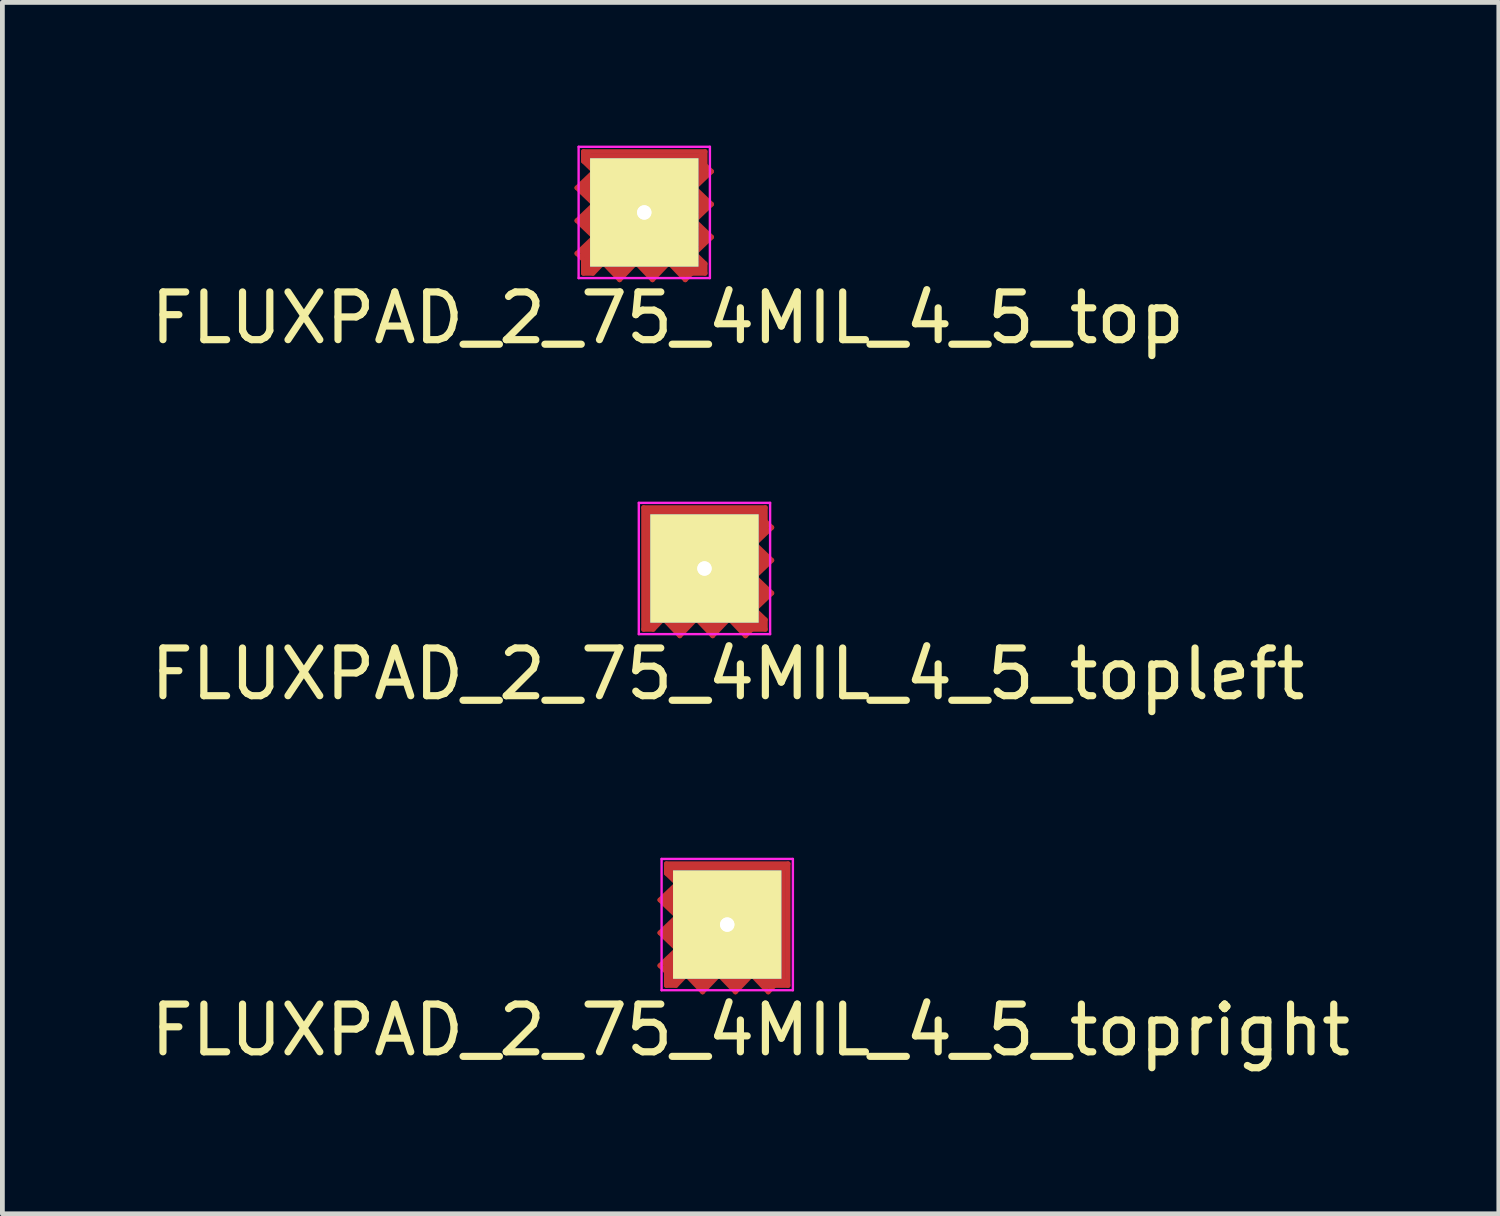
<source format=kicad_pcb>
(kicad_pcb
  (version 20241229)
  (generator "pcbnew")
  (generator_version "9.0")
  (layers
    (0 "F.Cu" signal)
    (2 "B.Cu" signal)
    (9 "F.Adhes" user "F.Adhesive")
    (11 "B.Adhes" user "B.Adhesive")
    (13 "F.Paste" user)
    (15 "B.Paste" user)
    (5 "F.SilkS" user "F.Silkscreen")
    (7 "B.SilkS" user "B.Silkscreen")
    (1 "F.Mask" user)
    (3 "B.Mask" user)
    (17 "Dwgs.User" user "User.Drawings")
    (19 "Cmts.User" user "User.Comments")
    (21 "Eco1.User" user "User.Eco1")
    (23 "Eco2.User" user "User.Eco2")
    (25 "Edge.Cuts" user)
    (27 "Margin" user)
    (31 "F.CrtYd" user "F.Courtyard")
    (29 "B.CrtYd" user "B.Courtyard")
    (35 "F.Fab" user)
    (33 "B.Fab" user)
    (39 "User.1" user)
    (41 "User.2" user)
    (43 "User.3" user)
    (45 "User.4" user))
  (footprint "FLUXPAD_2_75_4MIL_4_5_top"
    (layer "F.Cu")
    (at 10.445 1.4)
    (property "Reference" "FLUXPAD_2_75_4MIL_4_5_top" (at 0.49 2.21 0) (layer "F.SilkS") (effects (font (size 1 1) (thickness 0.15))))
    (attr through_hole)
    (fp_line (start -1.411 -0.516) (end -1.051 -0.859) (stroke (width 0.1) (type solid)) (layer "F.Cu"))
    (fp_line (start -1.411 0.172) (end -1.051 -0.172) (stroke (width 0.1) (type solid)) (layer "F.Cu"))
    (fp_line (start -1.411 0.859) (end -1.275 0.989) (stroke (width 0.1) (type solid)) (layer "F.Cu"))
    (fp_line (start -1.411 0.859) (end -1.051 0.516) (stroke (width 0.1) (type solid)) (layer "F.Cu"))
    (fp_line (start -1.3 -0.52) (end -1.17 -0.64) (stroke (width 0.15) (type solid)) (layer "F.Cu"))
    (fp_line (start -1.29 0.17) (end -1.16 0.05) (stroke (width 0.15) (type solid)) (layer "F.Cu"))
    (fp_line (start -1.275 -1.275) (end -1.275 -1.074) (stroke (width 0.1) (type solid)) (layer "F.Cu"))
    (fp_line (start -1.275 -1.074) (end -1.051 -0.859) (stroke (width 0.1) (type solid)) (layer "F.Cu"))
    (fp_line (start -1.275 0.989) (end -1.275 1.275) (stroke (width 0.1) (type solid)) (layer "F.Cu"))
    (fp_line (start -1.275 1.275) (end -1.074 1.275) (stroke (width 0.1) (type solid)) (layer "F.Cu"))
    (fp_line (start -1.25 -1.18) (end 1.25 -1.18) (stroke (width 0.1) (type solid)) (layer "F.Cu"))
    (fp_line (start -1.18 1.17) (end -1.17 0.72) (stroke (width 0.15) (type solid)) (layer "F.Cu"))
    (fp_line (start -1.17 -1.07) (end -1.17 -1.18) (stroke (width 0.15) (type solid)) (layer "F.Cu"))
    (fp_line (start -1.17 -0.64) (end -1.17 -0.39) (stroke (width 0.15) (type solid)) (layer "F.Cu"))
    (fp_line (start -1.17 -0.39) (end -1.3 -0.52) (stroke (width 0.15) (type solid)) (layer "F.Cu"))
    (fp_line (start -1.17 0.72) (end -1.27 0.88) (stroke (width 0.15) (type solid)) (layer "F.Cu"))
    (fp_line (start -1.16 0.05) (end -1.16 0.3) (stroke (width 0.15) (type solid)) (layer "F.Cu"))
    (fp_line (start -1.16 0.3) (end -1.29 0.17) (stroke (width 0.15) (type solid)) (layer "F.Cu"))
    (fp_line (start -1.074 1.275) (end -0.859 1.051) (stroke (width 0.1) (type solid)) (layer "F.Cu"))
    (fp_line (start -1.07 1.17) (end -1.18 1.17) (stroke (width 0.15) (type solid)) (layer "F.Cu"))
    (fp_line (start -1.051 -0.172) (end -1.411 -0.516) (stroke (width 0.1) (type solid)) (layer "F.Cu"))
    (fp_line (start -1.051 0.516) (end -1.411 0.172) (stroke (width 0.1) (type solid)) (layer "F.Cu"))
    (fp_line (start -0.64 1.17) (end -0.39 1.17) (stroke (width 0.15) (type solid)) (layer "F.Cu"))
    (fp_line (start -0.52 1.3) (end -0.64 1.17) (stroke (width 0.15) (type solid)) (layer "F.Cu"))
    (fp_line (start -0.516 1.411) (end -0.859 1.051) (stroke (width 0.1) (type solid)) (layer "F.Cu"))
    (fp_line (start -0.39 1.17) (end -0.52 1.3) (stroke (width 0.15) (type solid)) (layer "F.Cu"))
    (fp_line (start -0.172 1.051) (end -0.516 1.411) (stroke (width 0.1) (type solid)) (layer "F.Cu"))
    (fp_line (start 0.05 1.16) (end 0.3 1.16) (stroke (width 0.15) (type solid)) (layer "F.Cu"))
    (fp_line (start 0.17 1.29) (end 0.05 1.16) (stroke (width 0.15) (type solid)) (layer "F.Cu"))
    (fp_line (start 0.172 1.411) (end -0.172 1.051) (stroke (width 0.1) (type solid)) (layer "F.Cu"))
    (fp_line (start 0.3 1.16) (end 0.17 1.29) (stroke (width 0.15) (type solid)) (layer "F.Cu"))
    (fp_line (start 0.516 1.051) (end 0.172 1.411) (stroke (width 0.1) (type solid)) (layer "F.Cu"))
    (fp_line (start 0.72 1.17) (end 0.88 1.27) (stroke (width 0.15) (type solid)) (layer "F.Cu"))
    (fp_line (start 0.859 1.411) (end 0.989 1.275) (stroke (width 0.1) (type solid)) (layer "F.Cu"))
    (fp_line (start 0.859 1.411) (end 0.516 1.051) (stroke (width 0.1) (type solid)) (layer "F.Cu"))
    (fp_line (start 0.989 1.275) (end 1.275 1.275) (stroke (width 0.1) (type solid)) (layer "F.Cu"))
    (fp_line (start 1.051 -0.516) (end 1.411 -0.172) (stroke (width 0.1) (type solid)) (layer "F.Cu"))
    (fp_line (start 1.051 0.172) (end 1.411 0.516) (stroke (width 0.1) (type solid)) (layer "F.Cu"))
    (fp_line (start 1.16 -0.3) (end 1.29 -0.17) (stroke (width 0.15) (type solid)) (layer "F.Cu"))
    (fp_line (start 1.16 -0.05) (end 1.16 -0.3) (stroke (width 0.15) (type solid)) (layer "F.Cu"))
    (fp_line (start 1.17 -0.72) (end 1.27 -0.88) (stroke (width 0.15) (type solid)) (layer "F.Cu"))
    (fp_line (start 1.17 0.39) (end 1.3 0.52) (stroke (width 0.15) (type solid)) (layer "F.Cu"))
    (fp_line (start 1.17 0.64) (end 1.17 0.39) (stroke (width 0.15) (type solid)) (layer "F.Cu"))
    (fp_line (start 1.17 1.07) (end 1.17 1.18) (stroke (width 0.15) (type solid)) (layer "F.Cu"))
    (fp_line (start 1.17 1.18) (end 0.72 1.17) (stroke (width 0.15) (type solid)) (layer "F.Cu"))
    (fp_line (start 1.18 -1.17) (end 1.17 -0.72) (stroke (width 0.15) (type solid)) (layer "F.Cu"))
    (fp_line (start 1.275 -1.275) (end -1.275 -1.275) (stroke (width 0.1) (type solid)) (layer "F.Cu"))
    (fp_line (start 1.275 -0.989) (end 1.275 -1.275) (stroke (width 0.1) (type solid)) (layer "F.Cu"))
    (fp_line (start 1.275 1.074) (end 1.051 0.859) (stroke (width 0.1) (type solid)) (layer "F.Cu"))
    (fp_line (start 1.275 1.275) (end 1.275 1.074) (stroke (width 0.1) (type solid)) (layer "F.Cu"))
    (fp_line (start 1.29 -0.17) (end 1.16 -0.05) (stroke (width 0.15) (type solid)) (layer "F.Cu"))
    (fp_line (start 1.3 0.52) (end 1.17 0.64) (stroke (width 0.15) (type solid)) (layer "F.Cu"))
    (fp_line (start 1.411 -0.859) (end 1.051 -0.516) (stroke (width 0.1) (type solid)) (layer "F.Cu"))
    (fp_line (start 1.411 -0.859) (end 1.275 -0.989) (stroke (width 0.1) (type solid)) (layer "F.Cu"))
    (fp_line (start 1.411 -0.172) (end 1.051 0.172) (stroke (width 0.1) (type solid)) (layer "F.Cu"))
    (fp_line (start 1.411 0.516) (end 1.051 0.859) (stroke (width 0.1) (type solid)) (layer "F.Cu"))
    (fp_line (start -1.375 -1.375) (end -1.375 1.375) (stroke (width 0.05) (type solid)) (layer "F.CrtYd"))
    (fp_line (start -1.375 -1.375) (end 1.375 -1.375) (stroke (width 0.05) (type solid)) (layer "F.CrtYd"))
    (fp_line (start -1.375 1.375) (end 1.375 1.375) (stroke (width 0.05) (type solid)) (layer "F.CrtYd"))
    (fp_line (start 1.375 -1.375) (end 1.375 1.375) (stroke (width 0.05) (type solid)) (layer "F.CrtYd"))
    (pad "1" thru_hole circle (at 0 0) (size 0.605 0.605) (drill 0.3) (layers "*.Cu" "*.Mask" "F.SilkS"))
    (pad "1" thru_hole rect (at 0 0) (size 2.27 2.27) (drill 0.3) (layers "F.Cu" "F.Mask" "F.SilkS")))
  (footprint "FLUXPAD_2_75_4MIL_4_5_topright"
    (layer "F.Cu")
    (at 12.183 16.317)
    (property "Reference" "FLUXPAD_2_75_4MIL_4_5_topright" (at 0.49 2.21 0) (layer "F.SilkS") (effects (font (size 1 1) (thickness 0.15))))
    (attr through_hole)
    (fp_line (start -1.411 -0.516) (end -1.051 -0.859) (stroke (width 0.1) (type solid)) (layer "F.Cu"))
    (fp_line (start -1.411 0.172) (end -1.051 -0.172) (stroke (width 0.1) (type solid)) (layer "F.Cu"))
    (fp_line (start -1.411 0.859) (end -1.275 0.989) (stroke (width 0.1) (type solid)) (layer "F.Cu"))
    (fp_line (start -1.411 0.859) (end -1.051 0.516) (stroke (width 0.1) (type solid)) (layer "F.Cu"))
    (fp_line (start -1.3 -0.52) (end -1.17 -0.64) (stroke (width 0.15) (type solid)) (layer "F.Cu"))
    (fp_line (start -1.29 0.17) (end -1.16 0.05) (stroke (width 0.15) (type solid)) (layer "F.Cu"))
    (fp_line (start -1.275 -1.275) (end -1.275 -1.074) (stroke (width 0.1) (type solid)) (layer "F.Cu"))
    (fp_line (start -1.275 -1.074) (end -1.051 -0.859) (stroke (width 0.1) (type solid)) (layer "F.Cu"))
    (fp_line (start -1.275 0.989) (end -1.275 1.275) (stroke (width 0.1) (type solid)) (layer "F.Cu"))
    (fp_line (start -1.275 1.275) (end -1.074 1.275) (stroke (width 0.1) (type solid)) (layer "F.Cu"))
    (fp_line (start -1.25 -1.18) (end 1.25 -1.18) (stroke (width 0.1) (type solid)) (layer "F.Cu"))
    (fp_line (start -1.18 1.17) (end -1.17 0.72) (stroke (width 0.15) (type solid)) (layer "F.Cu"))
    (fp_line (start -1.17 -1.07) (end -1.17 -1.18) (stroke (width 0.15) (type solid)) (layer "F.Cu"))
    (fp_line (start -1.17 -0.64) (end -1.17 -0.39) (stroke (width 0.15) (type solid)) (layer "F.Cu"))
    (fp_line (start -1.17 -0.39) (end -1.3 -0.52) (stroke (width 0.15) (type solid)) (layer "F.Cu"))
    (fp_line (start -1.17 0.72) (end -1.27 0.88) (stroke (width 0.15) (type solid)) (layer "F.Cu"))
    (fp_line (start -1.16 0.05) (end -1.16 0.3) (stroke (width 0.15) (type solid)) (layer "F.Cu"))
    (fp_line (start -1.16 0.3) (end -1.29 0.17) (stroke (width 0.15) (type solid)) (layer "F.Cu"))
    (fp_line (start -1.074 1.275) (end -0.859 1.051) (stroke (width 0.1) (type solid)) (layer "F.Cu"))
    (fp_line (start -1.07 1.17) (end -1.18 1.17) (stroke (width 0.15) (type solid)) (layer "F.Cu"))
    (fp_line (start -1.051 -0.172) (end -1.411 -0.516) (stroke (width 0.1) (type solid)) (layer "F.Cu"))
    (fp_line (start -1.051 0.516) (end -1.411 0.172) (stroke (width 0.1) (type solid)) (layer "F.Cu"))
    (fp_line (start -0.64 1.17) (end -0.39 1.17) (stroke (width 0.15) (type solid)) (layer "F.Cu"))
    (fp_line (start -0.52 1.3) (end -0.64 1.17) (stroke (width 0.15) (type solid)) (layer "F.Cu"))
    (fp_line (start -0.516 1.411) (end -0.859 1.051) (stroke (width 0.1) (type solid)) (layer "F.Cu"))
    (fp_line (start -0.39 1.17) (end -0.52 1.3) (stroke (width 0.15) (type solid)) (layer "F.Cu"))
    (fp_line (start -0.172 1.051) (end -0.516 1.411) (stroke (width 0.1) (type solid)) (layer "F.Cu"))
    (fp_line (start 0.05 1.16) (end 0.3 1.16) (stroke (width 0.15) (type solid)) (layer "F.Cu"))
    (fp_line (start 0.17 1.29) (end 0.05 1.16) (stroke (width 0.15) (type solid)) (layer "F.Cu"))
    (fp_line (start 0.172 1.411) (end -0.172 1.051) (stroke (width 0.1) (type solid)) (layer "F.Cu"))
    (fp_line (start 0.3 1.16) (end 0.17 1.29) (stroke (width 0.15) (type solid)) (layer "F.Cu"))
    (fp_line (start 0.516 1.051) (end 0.172 1.411) (stroke (width 0.1) (type solid)) (layer "F.Cu"))
    (fp_line (start 0.72 1.17) (end 0.88 1.27) (stroke (width 0.15) (type solid)) (layer "F.Cu"))
    (fp_line (start 0.859 1.411) (end 0.989 1.275) (stroke (width 0.1) (type solid)) (layer "F.Cu"))
    (fp_line (start 0.859 1.411) (end 0.516 1.051) (stroke (width 0.1) (type solid)) (layer "F.Cu"))
    (fp_line (start 0.989 1.275) (end 1.275 1.275) (stroke (width 0.1) (type solid)) (layer "F.Cu"))
    (fp_line (start 1.17 1.18) (end 0.72 1.17) (stroke (width 0.15) (type solid)) (layer "F.Cu"))
    (fp_line (start 1.18 1.15) (end 1.18 -1.15) (stroke (width 0.1) (type solid)) (layer "F.Cu"))
    (fp_line (start 1.275 -1.275) (end -1.275 -1.275) (stroke (width 0.1) (type solid)) (layer "F.Cu"))
    (fp_line (start 1.275 1.275) (end 1.275 -1.275) (stroke (width 0.1) (type solid)) (layer "F.Cu"))
    (fp_line (start -1.375 -1.375) (end -1.375 1.375) (stroke (width 0.05) (type solid)) (layer "F.CrtYd"))
    (fp_line (start -1.375 -1.375) (end 1.375 -1.375) (stroke (width 0.05) (type solid)) (layer "F.CrtYd"))
    (fp_line (start -1.375 1.375) (end 1.375 1.375) (stroke (width 0.05) (type solid)) (layer "F.CrtYd"))
    (fp_line (start 1.375 -1.375) (end 1.375 1.375) (stroke (width 0.05) (type solid)) (layer "F.CrtYd"))
    (pad "1" thru_hole circle (at 0 0) (size 0.605 0.605) (drill 0.3) (layers "*.Cu" "*.Mask" "F.SilkS"))
    (pad "1" thru_hole rect (at 0 0) (size 2.27 2.27) (drill 0.3) (layers "F.Cu" "F.Mask" "F.SilkS")))
  (footprint "FLUXPAD_2_75_4MIL_4_5_topleft"
    (layer "F.Cu")
    (at 11.706 8.858)
    (property "Reference" "FLUXPAD_2_75_4MIL_4_5_topleft" (at 0.49 2.21 0) (layer "F.SilkS") (effects (font (size 1 1) (thickness 0.15))))
    (attr through_hole)
    (fp_line (start -1.275 -1.275) (end -1.275 1.275) (stroke (width 0.1) (type solid)) (layer "F.Cu"))
    (fp_line (start -1.275 1.275) (end -1.074 1.275) (stroke (width 0.1) (type solid)) (layer "F.Cu"))
    (fp_line (start -1.25 -1.18) (end 1.25 -1.18) (stroke (width 0.1) (type solid)) (layer "F.Cu"))
    (fp_line (start -1.18 -1.15) (end -1.18 1.15) (stroke (width 0.1) (type solid)) (layer "F.Cu"))
    (fp_line (start -1.074 1.275) (end -0.859 1.051) (stroke (width 0.1) (type solid)) (layer "F.Cu"))
    (fp_line (start -1.07 1.17) (end -1.18 1.17) (stroke (width 0.15) (type solid)) (layer "F.Cu"))
    (fp_line (start -0.64 1.17) (end -0.39 1.17) (stroke (width 0.15) (type solid)) (layer "F.Cu"))
    (fp_line (start -0.52 1.3) (end -0.64 1.17) (stroke (width 0.15) (type solid)) (layer "F.Cu"))
    (fp_line (start -0.516 1.411) (end -0.859 1.051) (stroke (width 0.1) (type solid)) (layer "F.Cu"))
    (fp_line (start -0.39 1.17) (end -0.52 1.3) (stroke (width 0.15) (type solid)) (layer "F.Cu"))
    (fp_line (start -0.172 1.051) (end -0.516 1.411) (stroke (width 0.1) (type solid)) (layer "F.Cu"))
    (fp_line (start 0.05 1.16) (end 0.3 1.16) (stroke (width 0.15) (type solid)) (layer "F.Cu"))
    (fp_line (start 0.17 1.29) (end 0.05 1.16) (stroke (width 0.15) (type solid)) (layer "F.Cu"))
    (fp_line (start 0.172 1.411) (end -0.172 1.051) (stroke (width 0.1) (type solid)) (layer "F.Cu"))
    (fp_line (start 0.3 1.16) (end 0.17 1.29) (stroke (width 0.15) (type solid)) (layer "F.Cu"))
    (fp_line (start 0.516 1.051) (end 0.172 1.411) (stroke (width 0.1) (type solid)) (layer "F.Cu"))
    (fp_line (start 0.72 1.17) (end 0.88 1.27) (stroke (width 0.15) (type solid)) (layer "F.Cu"))
    (fp_line (start 0.859 1.411) (end 0.989 1.275) (stroke (width 0.1) (type solid)) (layer "F.Cu"))
    (fp_line (start 0.859 1.411) (end 0.516 1.051) (stroke (width 0.1) (type solid)) (layer "F.Cu"))
    (fp_line (start 0.989 1.275) (end 1.275 1.275) (stroke (width 0.1) (type solid)) (layer "F.Cu"))
    (fp_line (start 1.051 -0.516) (end 1.411 -0.172) (stroke (width 0.1) (type solid)) (layer "F.Cu"))
    (fp_line (start 1.051 0.172) (end 1.411 0.516) (stroke (width 0.1) (type solid)) (layer "F.Cu"))
    (fp_line (start 1.16 -0.3) (end 1.29 -0.17) (stroke (width 0.15) (type solid)) (layer "F.Cu"))
    (fp_line (start 1.16 -0.05) (end 1.16 -0.3) (stroke (width 0.15) (type solid)) (layer "F.Cu"))
    (fp_line (start 1.17 -0.72) (end 1.27 -0.88) (stroke (width 0.15) (type solid)) (layer "F.Cu"))
    (fp_line (start 1.17 0.39) (end 1.3 0.52) (stroke (width 0.15) (type solid)) (layer "F.Cu"))
    (fp_line (start 1.17 0.64) (end 1.17 0.39) (stroke (width 0.15) (type solid)) (layer "F.Cu"))
    (fp_line (start 1.17 1.07) (end 1.17 1.18) (stroke (width 0.15) (type solid)) (layer "F.Cu"))
    (fp_line (start 1.17 1.18) (end 0.72 1.17) (stroke (width 0.15) (type solid)) (layer "F.Cu"))
    (fp_line (start 1.18 -1.17) (end 1.17 -0.72) (stroke (width 0.15) (type solid)) (layer "F.Cu"))
    (fp_line (start 1.275 -1.275) (end -1.275 -1.275) (stroke (width 0.1) (type solid)) (layer "F.Cu"))
    (fp_line (start 1.275 -0.989) (end 1.275 -1.275) (stroke (width 0.1) (type solid)) (layer "F.Cu"))
    (fp_line (start 1.275 1.074) (end 1.051 0.859) (stroke (width 0.1) (type solid)) (layer "F.Cu"))
    (fp_line (start 1.275 1.275) (end 1.275 1.074) (stroke (width 0.1) (type solid)) (layer "F.Cu"))
    (fp_line (start 1.29 -0.17) (end 1.16 -0.05) (stroke (width 0.15) (type solid)) (layer "F.Cu"))
    (fp_line (start 1.3 0.52) (end 1.17 0.64) (stroke (width 0.15) (type solid)) (layer "F.Cu"))
    (fp_line (start 1.411 -0.859) (end 1.051 -0.516) (stroke (width 0.1) (type solid)) (layer "F.Cu"))
    (fp_line (start 1.411 -0.859) (end 1.275 -0.989) (stroke (width 0.1) (type solid)) (layer "F.Cu"))
    (fp_line (start 1.411 -0.172) (end 1.051 0.172) (stroke (width 0.1) (type solid)) (layer "F.Cu"))
    (fp_line (start 1.411 0.516) (end 1.051 0.859) (stroke (width 0.1) (type solid)) (layer "F.Cu"))
    (fp_line (start -1.375 -1.375) (end -1.375 1.375) (stroke (width 0.05) (type solid)) (layer "F.CrtYd"))
    (fp_line (start -1.375 -1.375) (end 1.375 -1.375) (stroke (width 0.05) (type solid)) (layer "F.CrtYd"))
    (fp_line (start -1.375 1.375) (end 1.375 1.375) (stroke (width 0.05) (type solid)) (layer "F.CrtYd"))
    (fp_line (start 1.375 -1.375) (end 1.375 1.375) (stroke (width 0.05) (type solid)) (layer "F.CrtYd"))
    (pad "1" thru_hole circle (at 0 0) (size 0.605 0.605) (drill 0.3) (layers "*.Cu" "*.Mask" "F.SilkS"))
    (pad "1" thru_hole rect (at 0 0) (size 2.27 2.27) (drill 0.3) (layers "F.Cu" "F.Mask" "F.SilkS")))
  (gr_rect
    (start -3 -3)
    (end 28.345 22.375)
    (stroke (width 0.1) (type default))
    (fill no)
    (layer "Edge.Cuts")))
</source>
